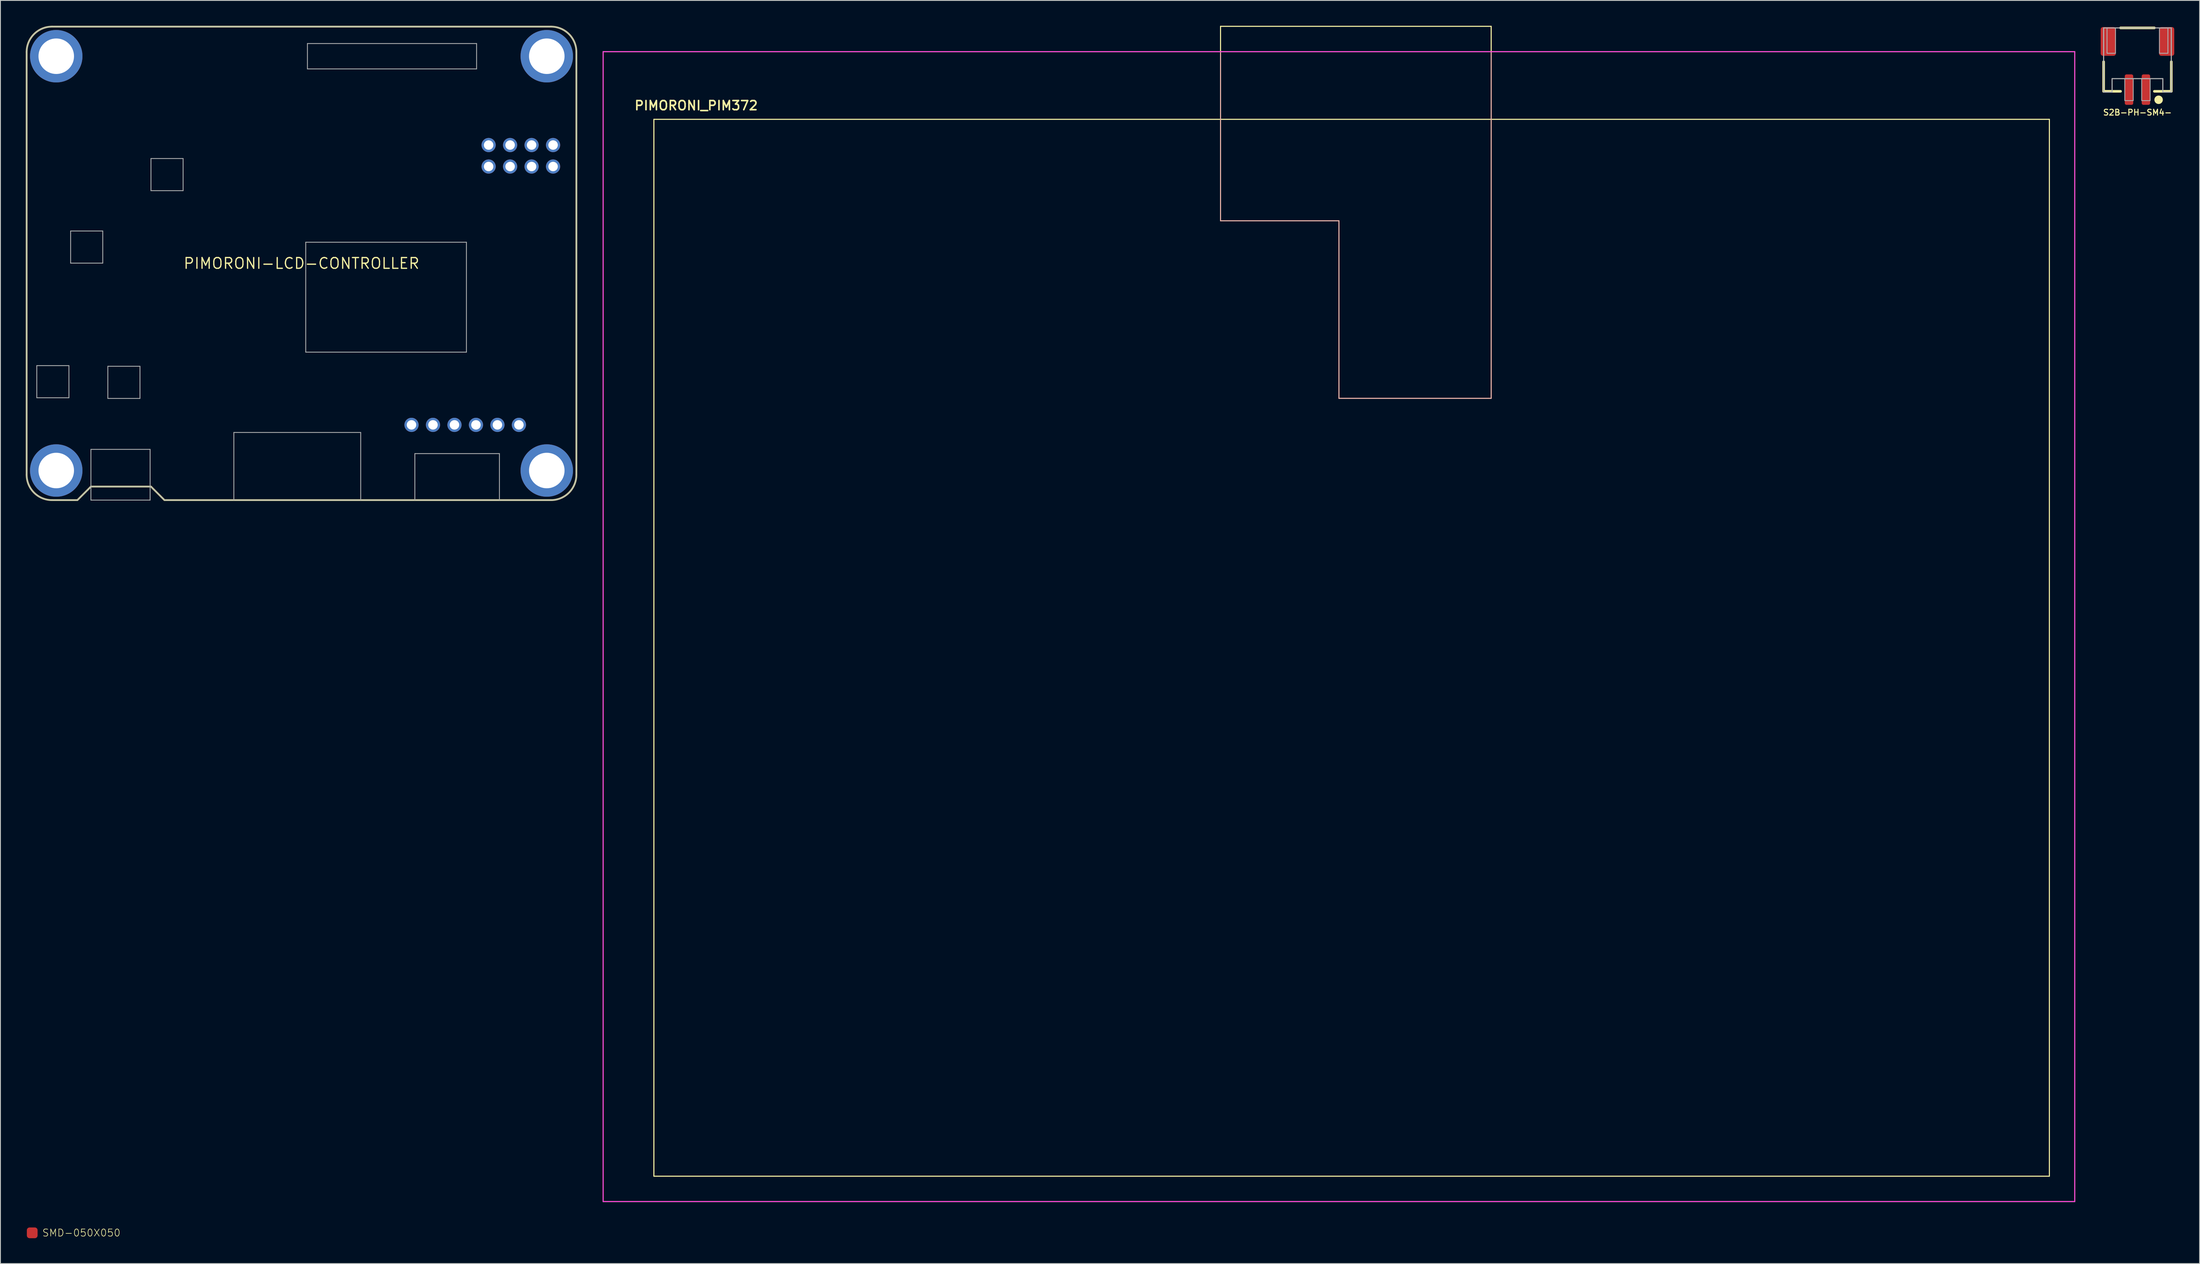
<source format=kicad_pcb>
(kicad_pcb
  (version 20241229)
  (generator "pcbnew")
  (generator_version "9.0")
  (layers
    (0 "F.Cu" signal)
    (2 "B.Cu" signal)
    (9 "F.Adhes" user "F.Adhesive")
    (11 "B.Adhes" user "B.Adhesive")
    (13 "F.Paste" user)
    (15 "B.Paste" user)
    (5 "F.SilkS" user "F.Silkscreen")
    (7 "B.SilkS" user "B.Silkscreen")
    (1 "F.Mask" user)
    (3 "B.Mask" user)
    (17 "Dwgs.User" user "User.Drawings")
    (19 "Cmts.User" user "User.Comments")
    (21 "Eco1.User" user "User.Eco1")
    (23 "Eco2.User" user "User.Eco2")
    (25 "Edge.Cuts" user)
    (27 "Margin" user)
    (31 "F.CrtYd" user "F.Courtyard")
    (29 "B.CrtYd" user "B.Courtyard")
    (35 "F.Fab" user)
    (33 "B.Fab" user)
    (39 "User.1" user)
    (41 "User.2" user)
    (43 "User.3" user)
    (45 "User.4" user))
  (footprint "S2B-PH-SM4-"
    (layer "F.Cu")
    (at 249.677 0.25)
    (property "Reference" "S2B-PH-SM4-" (at 0 10 0) (layer "F.SilkS") (effects (font (size 0.691 0.691) (thickness 0.122))))
    (fp_line (start -4 4) (end -4 7.5) (stroke (width 0.305) (type solid)) (layer "F.SilkS"))
    (fp_line (start -4 7.5) (end -2 7.5) (stroke (width 0.305) (type solid)) (layer "F.SilkS"))
    (fp_line (start -2 0) (end 2 0) (stroke (width 0.305) (type solid)) (layer "F.SilkS"))
    (fp_line (start 2 7.5) (end 4 7.5) (stroke (width 0.305) (type solid)) (layer "F.SilkS"))
    (fp_line (start 4 7.5) (end 4 4) (stroke (width 0.305) (type solid)) (layer "F.SilkS"))
    (fp_circle (center 2.5 8.5) (end 2.75 8.5) (stroke (width 0.5) (type solid)) (fill yes) (layer "F.SilkS"))
    (fp_line (start -4 0) (end 3 0) (stroke (width 0.127) (type solid)) (layer "F.Fab"))
    (fp_line (start -4 7.6) (end -4 0) (stroke (width 0.127) (type solid)) (layer "F.Fab"))
    (fp_line (start -3 6) (end -3 7.6) (stroke (width 0.127) (type solid)) (layer "F.Fab"))
    (fp_line (start -3 7.6) (end -4 7.6) (stroke (width 0.127) (type solid)) (layer "F.Fab"))
    (fp_line (start 3 0) (end 2.5 0) (stroke (width 0.1) (type solid)) (layer "F.Fab"))
    (fp_line (start 3 0) (end 4 0) (stroke (width 0.127) (type solid)) (layer "F.Fab"))
    (fp_line (start 3 6) (end -3 6) (stroke (width 0.127) (type solid)) (layer "F.Fab"))
    (fp_line (start 3 7.6) (end 3 6) (stroke (width 0.127) (type solid)) (layer "F.Fab"))
    (fp_line (start 4 0) (end 4 7.6) (stroke (width 0.127) (type solid)) (layer "F.Fab"))
    (fp_line (start 4 7.6) (end 3 7.6) (stroke (width 0.127) (type solid)) (layer "F.Fab"))
    (fp_poly (pts (xy -2.6 3) (xy -3.6 3) (xy -3.6 0) (xy -2.6 0)) (stroke (width 0.1) (type solid)) (fill no) (layer "F.Fab"))
    (fp_poly (pts (xy -0.5 8.6) (xy -1.5 8.6) (xy -1.5 6) (xy -0.5 6)) (stroke (width 0.1) (type solid)) (fill no) (layer "F.Fab"))
    (fp_poly (pts (xy 1.5 8.6) (xy 0.5 8.6) (xy 0.5 6) (xy 1.5 6)) (stroke (width 0.1) (type solid)) (fill no) (layer "F.Fab"))
    (fp_poly (pts (xy 3.6 3) (xy 2.6 3) (xy 2.6 0) (xy 3.6 0)) (stroke (width 0.1) (type solid)) (fill no) (layer "F.Fab"))
    (pad "1" smd roundrect (at 1 7.3 90) (size 3.6 1) (layers "F.Cu" "F.Mask" "F.Paste") (roundrect_rratio 0.2))
    (pad "2" smd roundrect (at -1 7.3 90) (size 3.6 1) (layers "F.Cu" "F.Mask" "F.Paste") (roundrect_rratio 0.2))
    (pad "GND@MT1" smd roundrect (at 3.45 1.6 90) (size 3.4 1.8) (layers "F.Cu" "F.Mask" "F.Paste") (roundrect_rratio 0.15))
    (pad "GND@MT2" smd roundrect (at -3.45 1.6 90) (size 3.4 1.8) (layers "F.Cu" "F.Mask" "F.Paste") (roundrect_rratio 0.15)))
  (footprint "SMD-050X050"
    (layer "F.Cu")
    (at 0.25 142.762)
    (property "Reference" "SMD-050X050" (at 1.651 0 0) (layer "F.SilkS") (effects (font (size 0.841 0.841) (thickness 0.073)) (justify left)))
    (pad "1" smd roundrect (at 0.508 0) (size 1.27 1.27) (layers "F.Cu" "F.Mask" "F.Paste") (roundrect_rratio 0.25)))
  (footprint "PIMORONI_PIM372"
    (layer "F.Cu")
    (at 155.263 71.064)
    (property "Reference" "PIMORONI_PIM372" (at -76 -61 0) (layer "F.SilkS") (effects (font (size 1.079 1.079) (thickness 0.191)) (justify bottom)))
    (fp_line (start -87 -68) (end -87 68) (stroke (width 0.127) (type solid)) (layer "F.SilkS"))
    (fp_line (start -87 68) (end 87 68) (stroke (width 0.127) (type solid)) (layer "F.SilkS"))
    (fp_line (start -81 -60) (end 84 -60) (stroke (width 0.127) (type solid)) (layer "F.SilkS"))
    (fp_line (start -81 65) (end -81 -60) (stroke (width 0.127) (type solid)) (layer "F.SilkS"))
    (fp_line (start -14 -71) (end 18 -71) (stroke (width 0.127) (type solid)) (layer "F.SilkS"))
    (fp_line (start -14 -68) (end -87 -68) (stroke (width 0.127) (type solid)) (layer "F.SilkS"))
    (fp_line (start -14 -68) (end -14 -71) (stroke (width 0.127) (type solid)) (layer "F.SilkS"))
    (fp_line (start 18 -71) (end 18 -68) (stroke (width 0.127) (type solid)) (layer "F.SilkS"))
    (fp_line (start 18 -68) (end -14 -68) (stroke (width 0.127) (type solid)) (layer "F.SilkS"))
    (fp_line (start 84 -60) (end 84 65) (stroke (width 0.127) (type solid)) (layer "F.SilkS"))
    (fp_line (start 84 65) (end -81 65) (stroke (width 0.127) (type solid)) (layer "F.SilkS"))
    (fp_line (start 87 -68) (end 18 -68) (stroke (width 0.127) (type solid)) (layer "F.SilkS"))
    (fp_line (start 87 68) (end 87 -68) (stroke (width 0.127) (type solid)) (layer "F.SilkS"))
    (fp_line (start -14 -68) (end -14 -48) (stroke (width 0.127) (type solid)) (layer "B.SilkS"))
    (fp_line (start -14 -48) (end 0 -48) (stroke (width 0.127) (type solid)) (layer "B.SilkS"))
    (fp_line (start 0 -48) (end 0 -27) (stroke (width 0.127) (type solid)) (layer "B.SilkS"))
    (fp_line (start 0 -27) (end 18 -27) (stroke (width 0.127) (type solid)) (layer "B.SilkS"))
    (fp_line (start 18 -27) (end 18 -68) (stroke (width 0.127) (type solid)) (layer "B.SilkS"))
    (fp_poly (pts (xy -87 68) (xy 87 68) (xy 87 -68) (xy -87 -68)) (stroke (width 0.1) (type solid)) (fill no) (layer "F.CrtYd")))
  (footprint "PIMORONI-LCD-CONTROLLER"
    (layer "F.Cu")
    (at 32.6 28.1)
    (property "Reference" "PIMORONI-LCD-CONTROLLER" (at 0 0 0) (layer "F.SilkS") (effects (font (size 1.27 1.27) (thickness 0.15))))
    (fp_line (start -32.5 -25) (end -32.5 25) (stroke (width 0.2) (type solid)) (layer "F.SilkS"))
    (fp_line (start -29.5 28) (end -26.5 28) (stroke (width 0.2) (type solid)) (layer "F.SilkS"))
    (fp_line (start -26.5 28) (end -24.9 26.4) (stroke (width 0.2) (type solid)) (layer "F.SilkS"))
    (fp_line (start -24.9 26.4) (end -17.8 26.4) (stroke (width 0.2) (type solid)) (layer "F.SilkS"))
    (fp_line (start -17.8 26.4) (end -16.2 28) (stroke (width 0.2) (type solid)) (layer "F.SilkS"))
    (fp_line (start -16.2 28) (end 29.5 28) (stroke (width 0.2) (type solid)) (layer "F.SilkS"))
    (fp_line (start 29.5 -28) (end -29.5 -28) (stroke (width 0.2) (type solid)) (layer "F.SilkS"))
    (fp_line (start 32.5 25) (end 32.5 -25) (stroke (width 0.2) (type solid)) (layer "F.SilkS"))
    (fp_arc (start -32.5 -25) (mid -31.62132 -27.12132) (end -29.5 -28) (stroke (width 0.2) (type solid)) (layer "F.SilkS"))
    (fp_arc (start -29.5 28) (mid -31.62132 27.12132) (end -32.5 25) (stroke (width 0.2) (type solid)) (layer "F.SilkS"))
    (fp_arc (start 29.5 -28) (mid 31.62132 -27.12132) (end 32.5 -25) (stroke (width 0.2) (type solid)) (layer "F.SilkS"))
    (fp_arc (start 32.5 25) (mid 31.62132 27.12132) (end 29.5 28) (stroke (width 0.2) (type solid)) (layer "F.SilkS"))
    (fp_line (start -32.5 -25) (end -32.5 25) (stroke (width 0.1) (type solid)) (layer "F.Fab"))
    (fp_line (start -31.3 12.093) (end -31.3 15.893) (stroke (width 0.1) (type solid)) (layer "F.Fab"))
    (fp_line (start -31.3 15.893) (end -27.5 15.893) (stroke (width 0.1) (type solid)) (layer "F.Fab"))
    (fp_line (start -29.5 28) (end -26.5 28) (stroke (width 0.1) (type solid)) (layer "F.Fab"))
    (fp_line (start -27.5 12.093) (end -31.3 12.093) (stroke (width 0.1) (type solid)) (layer "F.Fab"))
    (fp_line (start -27.5 15.893) (end -27.5 12.093) (stroke (width 0.1) (type solid)) (layer "F.Fab"))
    (fp_line (start -27.3 -3.827) (end -27.3 -0.027) (stroke (width 0.1) (type solid)) (layer "F.Fab"))
    (fp_line (start -27.3 -0.027) (end -23.5 -0.027) (stroke (width 0.1) (type solid)) (layer "F.Fab"))
    (fp_line (start -26.5 28) (end -24.9 26.4) (stroke (width 0.1) (type solid)) (layer "F.Fab"))
    (fp_line (start -24.9 22) (end -24.9 28) (stroke (width 0.1) (type solid)) (layer "F.Fab"))
    (fp_line (start -24.9 26.4) (end -17.8 26.4) (stroke (width 0.1) (type solid)) (layer "F.Fab"))
    (fp_line (start -24.9 28) (end -17.9 28) (stroke (width 0.1) (type solid)) (layer "F.Fab"))
    (fp_line (start -23.5 -3.827) (end -27.3 -3.827) (stroke (width 0.1) (type solid)) (layer "F.Fab"))
    (fp_line (start -23.5 -0.027) (end -23.5 -3.827) (stroke (width 0.1) (type solid)) (layer "F.Fab"))
    (fp_line (start -22.9 12.173) (end -22.9 15.973) (stroke (width 0.1) (type solid)) (layer "F.Fab"))
    (fp_line (start -22.9 15.973) (end -19.1 15.973) (stroke (width 0.1) (type solid)) (layer "F.Fab"))
    (fp_line (start -19.1 12.173) (end -22.9 12.173) (stroke (width 0.1) (type solid)) (layer "F.Fab"))
    (fp_line (start -19.1 15.973) (end -19.1 12.173) (stroke (width 0.1) (type solid)) (layer "F.Fab"))
    (fp_line (start -17.9 22) (end -24.9 22) (stroke (width 0.1) (type solid)) (layer "F.Fab"))
    (fp_line (start -17.9 28) (end -17.9 22) (stroke (width 0.1) (type solid)) (layer "F.Fab"))
    (fp_line (start -17.8 -12.4) (end -17.8 -8.6) (stroke (width 0.1) (type solid)) (layer "F.Fab"))
    (fp_line (start -17.8 -8.6) (end -14 -8.6) (stroke (width 0.1) (type solid)) (layer "F.Fab"))
    (fp_line (start -17.8 26.4) (end -16.2 28) (stroke (width 0.1) (type solid)) (layer "F.Fab"))
    (fp_line (start -16.2 28) (end -8 28) (stroke (width 0.1) (type solid)) (layer "F.Fab"))
    (fp_line (start -14 -12.4) (end -17.8 -12.4) (stroke (width 0.1) (type solid)) (layer "F.Fab"))
    (fp_line (start -14 -8.6) (end -14 -12.4) (stroke (width 0.1) (type solid)) (layer "F.Fab"))
    (fp_line (start -8 20) (end -8 28) (stroke (width 0.1) (type solid)) (layer "F.Fab"))
    (fp_line (start -8 28) (end 7 28) (stroke (width 0.1) (type solid)) (layer "F.Fab"))
    (fp_line (start 0.5 -2.5) (end 0.5 10.5) (stroke (width 0.1) (type solid)) (layer "F.Fab"))
    (fp_line (start 0.5 10.5) (end 19.5 10.5) (stroke (width 0.1) (type solid)) (layer "F.Fab"))
    (fp_line (start 0.7 -26) (end 0.7 -23) (stroke (width 0.1) (type solid)) (layer "F.Fab"))
    (fp_line (start 0.7 -23) (end 20.7 -23) (stroke (width 0.1) (type solid)) (layer "F.Fab"))
    (fp_line (start 7 20) (end -8 20) (stroke (width 0.1) (type solid)) (layer "F.Fab"))
    (fp_line (start 7 28) (end 7 20) (stroke (width 0.1) (type solid)) (layer "F.Fab"))
    (fp_line (start 7 28) (end 13.4 28) (stroke (width 0.1) (type solid)) (layer "F.Fab"))
    (fp_line (start 13.4 22.5) (end 13.4 28) (stroke (width 0.1) (type solid)) (layer "F.Fab"))
    (fp_line (start 13.4 28) (end 23.4 28) (stroke (width 0.1) (type solid)) (layer "F.Fab"))
    (fp_line (start 19.5 -2.5) (end 0.5 -2.5) (stroke (width 0.1) (type solid)) (layer "F.Fab"))
    (fp_line (start 19.5 10.5) (end 19.5 -2.5) (stroke (width 0.1) (type solid)) (layer "F.Fab"))
    (fp_line (start 20.7 -26) (end 0.7 -26) (stroke (width 0.1) (type solid)) (layer "F.Fab"))
    (fp_line (start 20.7 -23) (end 20.7 -26) (stroke (width 0.1) (type solid)) (layer "F.Fab"))
    (fp_line (start 23.4 22.5) (end 13.4 22.5) (stroke (width 0.1) (type solid)) (layer "F.Fab"))
    (fp_line (start 23.4 28) (end 23.4 22.5) (stroke (width 0.1) (type solid)) (layer "F.Fab"))
    (fp_line (start 23.4 28) (end 29.5 28) (stroke (width 0.1) (type solid)) (layer "F.Fab"))
    (fp_line (start 29.5 -28) (end -29.5 -28) (stroke (width 0.1) (type solid)) (layer "F.Fab"))
    (fp_line (start 32.5 25) (end 32.5 -25) (stroke (width 0.1) (type solid)) (layer "F.Fab"))
    (fp_arc (start -32.5 -25) (mid -31.62132 -27.12132) (end -29.5 -28) (stroke (width 0.1) (type solid)) (layer "F.Fab"))
    (fp_arc (start -29.5 28) (mid -31.62132 27.12132) (end -32.5 25) (stroke (width 0.1) (type solid)) (layer "F.Fab"))
    (fp_arc (start 29.5 -28) (mid 31.62132 -27.12132) (end 32.5 -25) (stroke (width 0.1) (type solid)) (layer "F.Fab"))
    (fp_arc (start 32.5 25) (mid 31.62132 27.12132) (end 29.5 28) (stroke (width 0.1) (type solid)) (layer "F.Fab"))
    (fp_circle (center -29 -24.5) (end -27.5 -24.5) (stroke (width 0.1) (type solid)) (fill no) (layer "F.Fab"))
    (fp_circle (center -29 24.5) (end -27.5 24.5) (stroke (width 0.1) (type solid)) (fill no) (layer "F.Fab"))
    (fp_circle (center 13 19.1) (end 13.5 19.1) (stroke (width 0.1) (type solid)) (fill no) (layer "F.Fab"))
    (fp_circle (center 15.54 19.1) (end 16.04 19.1) (stroke (width 0.1) (type solid)) (fill no) (layer "F.Fab"))
    (fp_circle (center 18.08 19.1) (end 18.58 19.1) (stroke (width 0.1) (type solid)) (fill no) (layer "F.Fab"))
    (fp_circle (center 20.62 19.1) (end 21.12 19.1) (stroke (width 0.1) (type solid)) (fill no) (layer "F.Fab"))
    (fp_circle (center 22.13 -14) (end 22.63 -14) (stroke (width 0.1) (type solid)) (fill no) (layer "F.Fab"))
    (fp_circle (center 22.13 -11.46) (end 22.63 -11.46) (stroke (width 0.1) (type solid)) (fill no) (layer "F.Fab"))
    (fp_circle (center 23.16 19.1) (end 23.66 19.1) (stroke (width 0.1) (type solid)) (fill no) (layer "F.Fab"))
    (fp_circle (center 24.67 -14) (end 25.17 -14) (stroke (width 0.1) (type solid)) (fill no) (layer "F.Fab"))
    (fp_circle (center 24.67 -11.46) (end 25.17 -11.46) (stroke (width 0.1) (type solid)) (fill no) (layer "F.Fab"))
    (fp_circle (center 25.7 19.1) (end 26.2 19.1) (stroke (width 0.1) (type solid)) (fill no) (layer "F.Fab"))
    (fp_circle (center 27.21 -14) (end 27.71 -14) (stroke (width 0.1) (type solid)) (fill no) (layer "F.Fab"))
    (fp_circle (center 27.21 -11.46) (end 27.71 -11.46) (stroke (width 0.1) (type solid)) (fill no) (layer "F.Fab"))
    (fp_circle (center 29 -24.5) (end 30.5 -24.5) (stroke (width 0.1) (type solid)) (fill no) (layer "F.Fab"))
    (fp_circle (center 29 24.5) (end 30.5 24.5) (stroke (width 0.1) (type solid)) (fill no) (layer "F.Fab"))
    (fp_circle (center 29.75 -14) (end 30.25 -14) (stroke (width 0.1) (type solid)) (fill no) (layer "F.Fab"))
    (fp_circle (center 29.75 -11.46) (end 30.25 -11.46) (stroke (width 0.1) (type solid)) (fill no) (layer "F.Fab"))
    (pad "3V3" thru_hole circle (at 27.203 -13.995) (size 1.676 1.676) (drill 1.118) (layers "*.Cu" "*.Mask"))
    (pad "5V" thru_hole circle (at 29.743 -13.995) (size 1.676 1.676) (drill 1.118) (layers "*.Cu" "*.Mask"))
    (pad "BACK" thru_hole circle (at 25.705 19.101) (size 1.676 1.676) (drill 1.118) (layers "*.Cu" "*.Mask"))
    (pad "BCK" thru_hole circle (at 27.203 -11.455) (size 1.676 1.676) (drill 1.118) (layers "*.Cu" "*.Mask"))
    (pad "DATA" thru_hole circle (at 22.123 -11.455) (size 1.676 1.676) (drill 1.118) (layers "*.Cu" "*.Mask"))
    (pad "DOWN" thru_hole circle (at 23.165 19.101) (size 1.676 1.676) (drill 1.118) (layers "*.Cu" "*.Mask"))
    (pad "GND@I2S" thru_hole circle (at 22.123 -13.995) (size 1.676 1.676) (drill 1.118) (layers "*.Cu" "*.Mask"))
    (pad "GND@MENU" thru_hole circle (at 13.005 19.101) (size 1.676 1.676) (drill 1.118) (layers "*.Cu" "*.Mask"))
    (pad "LRCK" thru_hole circle (at 29.743 -11.455) (size 1.676 1.676) (drill 1.118) (layers "*.Cu" "*.Mask"))
    (pad "MCK" thru_hole circle (at 24.663 -11.455) (size 1.676 1.676) (drill 1.118) (layers "*.Cu" "*.Mask"))
    (pad "MENU" thru_hole circle (at 18.085 19.101) (size 1.676 1.676) (drill 1.118) (layers "*.Cu" "*.Mask"))
    (pad "MTG1" thru_hole circle (at -29 -24.5) (size 6.2 6.2) (drill 4.2) (layers "*.Cu" "*.Mask"))
    (pad "MTG2" thru_hole circle (at 29 -24.5) (size 6.2 6.2) (drill 4.2) (layers "*.Cu" "*.Mask"))
    (pad "MTG3" thru_hole circle (at -29 24.5) (size 6.2 6.2) (drill 4.2) (layers "*.Cu" "*.Mask"))
    (pad "MTG4" thru_hole circle (at 29 24.5) (size 6.2 6.2) (drill 4.2) (layers "*.Cu" "*.Mask"))
    (pad "PWR" thru_hole circle (at 15.545 19.101) (size 1.676 1.676) (drill 1.118) (layers "*.Cu" "*.Mask"))
    (pad "SPIDF" thru_hole circle (at 24.663 -13.995) (size 1.676 1.676) (drill 1.118) (layers "*.Cu" "*.Mask"))
    (pad "UP" thru_hole circle (at 20.625 19.101) (size 1.676 1.676) (drill 1.118) (layers "*.Cu" "*.Mask")))
  (gr_rect
    (start -3 -3)
    (end 257.027 146.397)
    (stroke (width 0.1) (type default))
    (fill no)
    (layer "Edge.Cuts")))
</source>
